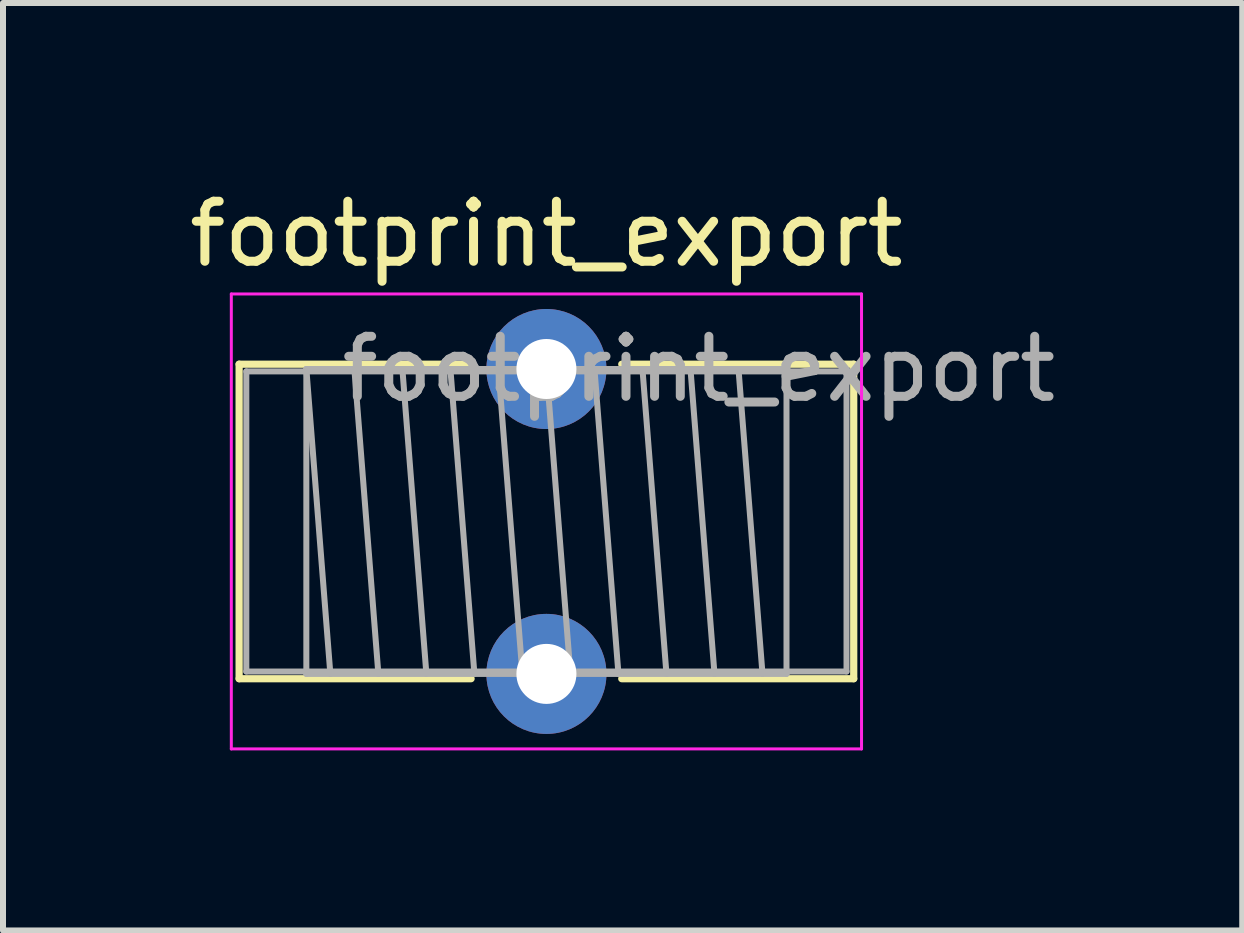
<source format=kicad_pcb>
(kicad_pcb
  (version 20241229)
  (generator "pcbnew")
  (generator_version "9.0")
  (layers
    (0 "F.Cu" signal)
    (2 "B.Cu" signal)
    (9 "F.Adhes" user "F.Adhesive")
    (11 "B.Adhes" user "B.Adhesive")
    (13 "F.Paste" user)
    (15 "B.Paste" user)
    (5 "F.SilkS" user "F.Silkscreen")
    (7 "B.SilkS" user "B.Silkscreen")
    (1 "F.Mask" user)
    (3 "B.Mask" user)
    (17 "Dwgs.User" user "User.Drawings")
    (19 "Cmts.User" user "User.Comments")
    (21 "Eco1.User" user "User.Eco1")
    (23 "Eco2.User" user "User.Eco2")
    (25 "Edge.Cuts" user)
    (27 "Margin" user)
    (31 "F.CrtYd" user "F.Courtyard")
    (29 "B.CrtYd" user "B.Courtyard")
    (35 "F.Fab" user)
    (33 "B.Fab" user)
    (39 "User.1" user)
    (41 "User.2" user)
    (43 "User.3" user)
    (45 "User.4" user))
  (footprint "footprint_export"
    (layer "F.Cu")
    (at 6.054 3.098)
    (property "Reference" "footprint_export" (at 0 -2.25 0) (layer "F.SilkS") (effects (font (size 1 1) (thickness 0.15))))
    (attr through_hole)
    (fp_line (start -5.12 -0.08) (end -5.12 5.16) (stroke (width 0.12) (type solid)) (layer "F.SilkS"))
    (fp_line (start -5.12 -0.08) (end -1.255 -0.08) (stroke (width 0.12) (type solid)) (layer "F.SilkS"))
    (fp_line (start -5.12 5.16) (end -1.255 5.16) (stroke (width 0.12) (type solid)) (layer "F.SilkS"))
    (fp_line (start 1.255 -0.08) (end 5.12 -0.08) (stroke (width 0.12) (type solid)) (layer "F.SilkS"))
    (fp_line (start 1.255 5.16) (end 5.12 5.16) (stroke (width 0.12) (type solid)) (layer "F.SilkS"))
    (fp_line (start 5.12 -0.08) (end 5.12 5.16) (stroke (width 0.12) (type solid)) (layer "F.SilkS"))
    (fp_line (start -5.25 -1.25) (end -5.25 6.33) (stroke (width 0.05) (type solid)) (layer "F.CrtYd"))
    (fp_line (start -5.25 6.33) (end 5.25 6.33) (stroke (width 0.05) (type solid)) (layer "F.CrtYd"))
    (fp_line (start 5.25 -1.25) (end -5.25 -1.25) (stroke (width 0.05) (type solid)) (layer "F.CrtYd"))
    (fp_line (start 5.25 6.33) (end 5.25 -1.25) (stroke (width 0.05) (type solid)) (layer "F.CrtYd"))
    (fp_line (start -5 0.04) (end -5 5.04) (stroke (width 0.1) (type solid)) (layer "F.Fab"))
    (fp_line (start -5 5.04) (end 5 5.04) (stroke (width 0.1) (type solid)) (layer "F.Fab"))
    (fp_line (start -4 0) (end -4 5.08) (stroke (width 0.1) (type solid)) (layer "F.Fab"))
    (fp_line (start -4 0) (end -3.6 5.08) (stroke (width 0.1) (type solid)) (layer "F.Fab"))
    (fp_line (start -4 5.08) (end 4 5.08) (stroke (width 0.1) (type solid)) (layer "F.Fab"))
    (fp_line (start -3.2 0) (end -2.8 5.08) (stroke (width 0.1) (type solid)) (layer "F.Fab"))
    (fp_line (start -2.4 0) (end -2 5.08) (stroke (width 0.1) (type solid)) (layer "F.Fab"))
    (fp_line (start -1.6 0) (end -1.2 5.08) (stroke (width 0.1) (type solid)) (layer "F.Fab"))
    (fp_line (start -0.8 0) (end -0.4 5.08) (stroke (width 0.1) (type solid)) (layer "F.Fab"))
    (fp_line (start 0 0) (end 0.4 5.08) (stroke (width 0.1) (type solid)) (layer "F.Fab"))
    (fp_line (start 0.8 0) (end 1.2 5.08) (stroke (width 0.1) (type solid)) (layer "F.Fab"))
    (fp_line (start 1.6 0) (end 2 5.08) (stroke (width 0.1) (type solid)) (layer "F.Fab"))
    (fp_line (start 2.4 0) (end 2.8 5.08) (stroke (width 0.1) (type solid)) (layer "F.Fab"))
    (fp_line (start 3.2 0) (end 3.6 5.08) (stroke (width 0.1) (type solid)) (layer "F.Fab"))
    (fp_line (start 4 0) (end -4 0) (stroke (width 0.1) (type solid)) (layer "F.Fab"))
    (fp_line (start 4 5.08) (end 4 0) (stroke (width 0.1) (type solid)) (layer "F.Fab"))
    (fp_line (start 5 0.04) (end -5 0.04) (stroke (width 0.1) (type solid)) (layer "F.Fab"))
    (fp_line (start 5 5.04) (end 5 0.04) (stroke (width 0.1) (type solid)) (layer "F.Fab"))
    (fp_text user "${REFERENCE}" (at 2.54 0 0) (layer "F.Fab") (effects (font (size 1 1) (thickness 0.15))))
    (pad "1" thru_hole circle (at 0 0) (size 2 2) (drill 1) (layers "*.Cu" "*.Mask"))
    (pad "2" thru_hole circle (at 0 5.08) (size 2 2) (drill 1) (layers "*.Cu" "*.Mask")))
  (gr_rect
    (start -3 -3)
    (end 17.647 12.453)
    (stroke (width 0.1) (type default))
    (fill no)
    (layer "Edge.Cuts")))
</source>
